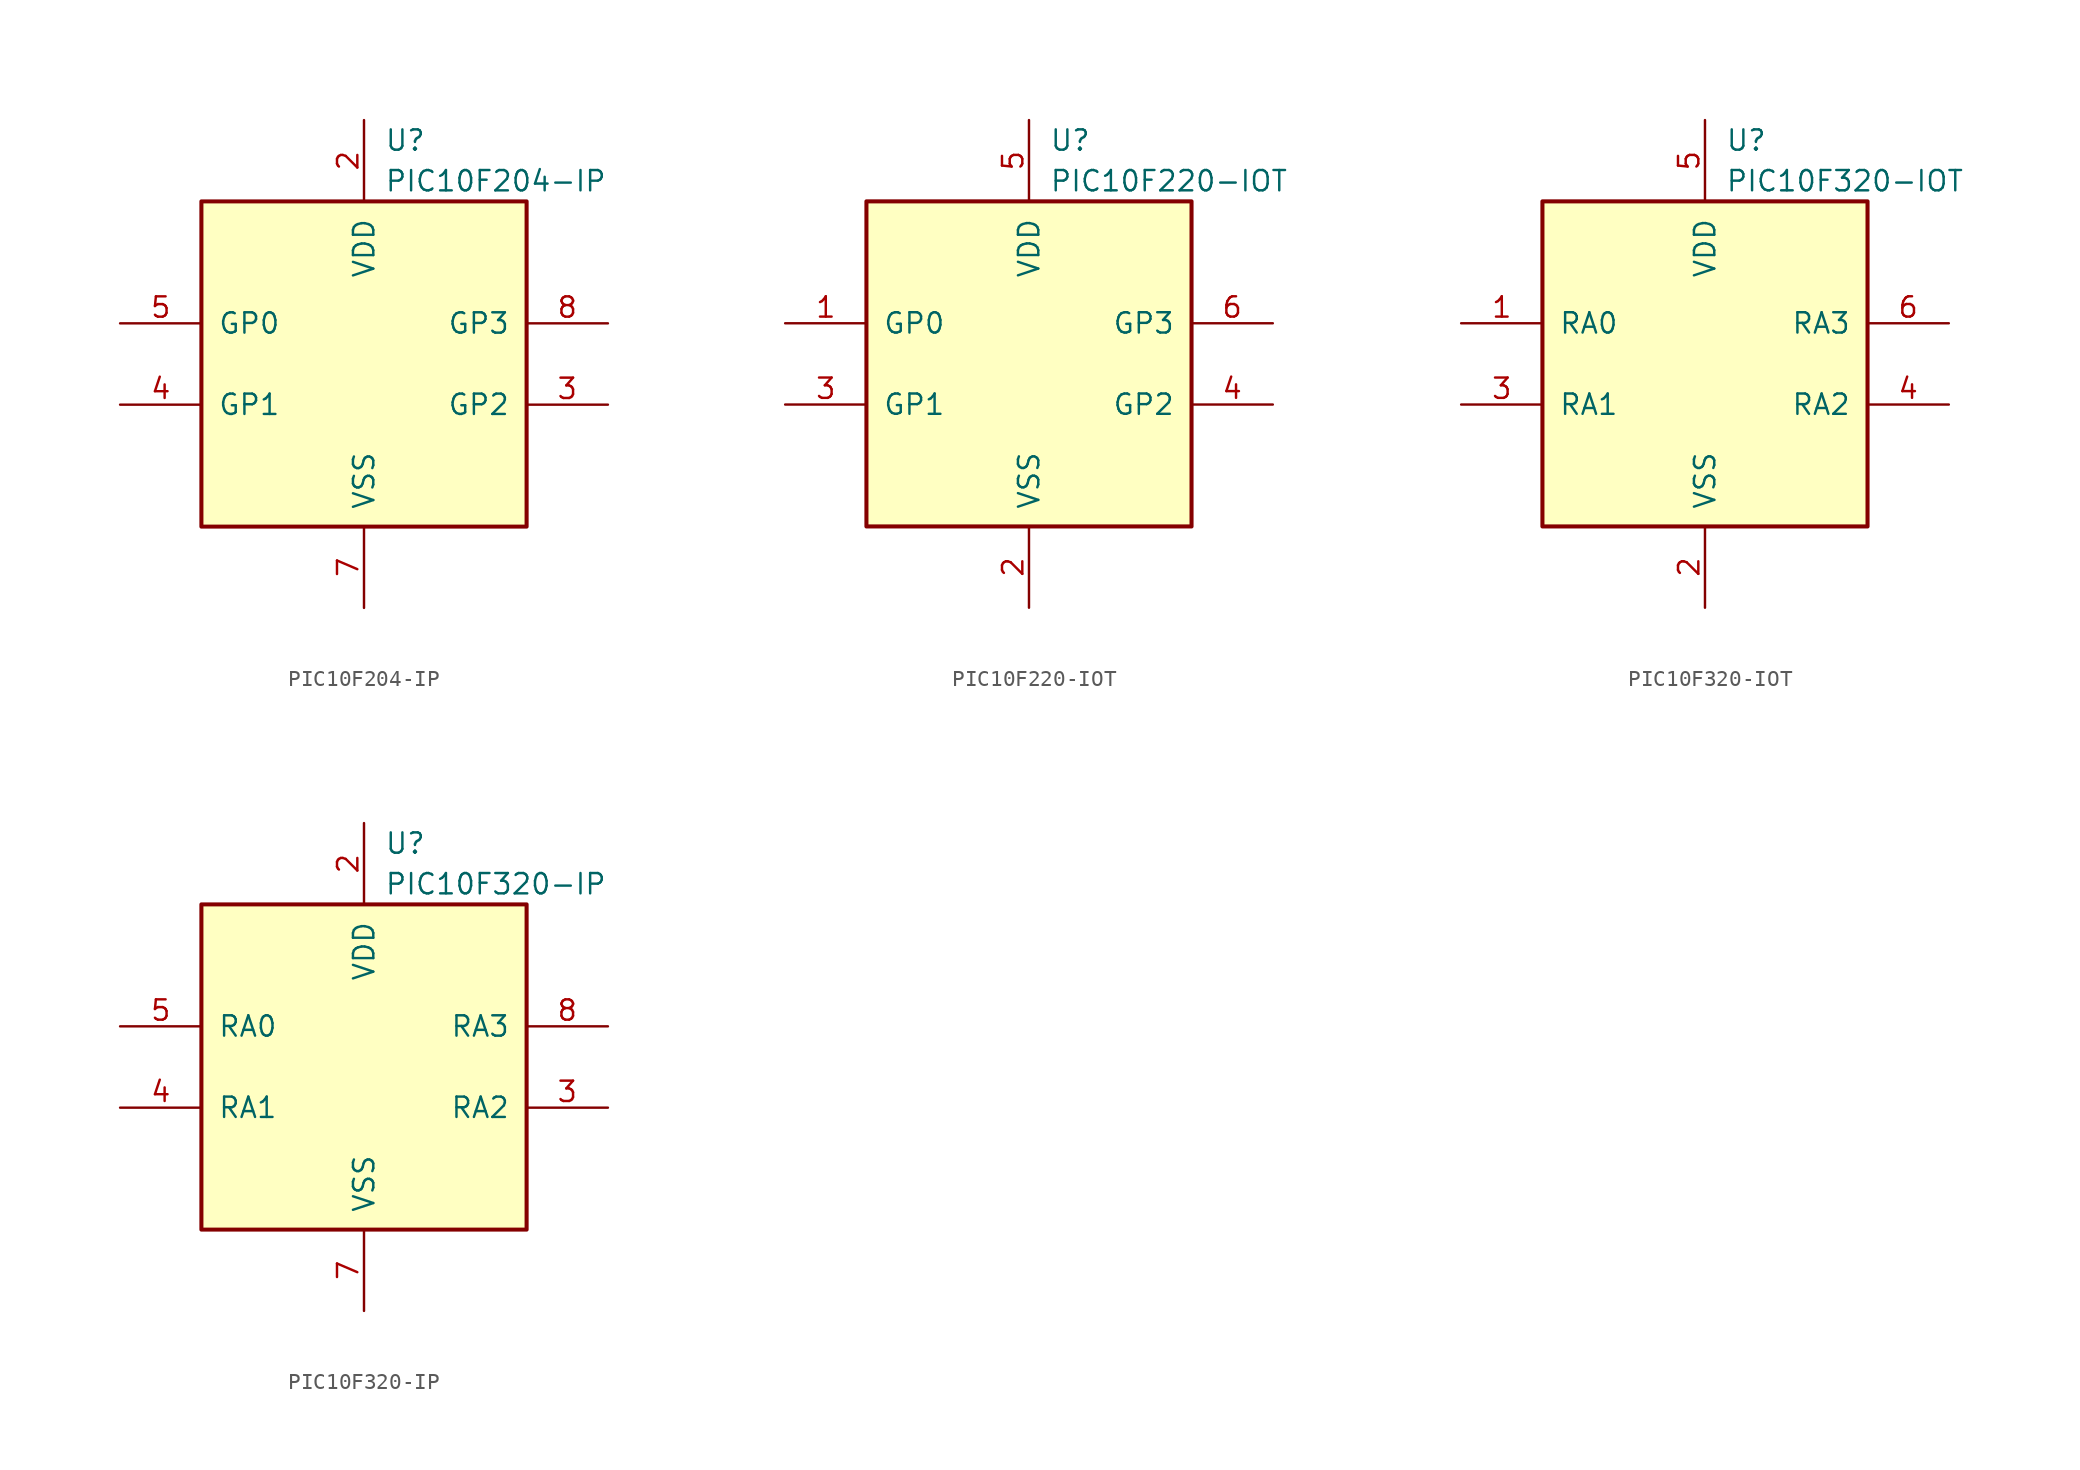
<source format=kicad_sym>
(kicad_symbol_lib
  (version 20211014)
  (generator kicad_symbol_editor)
  (symbol "PIC10F204-IP"
    (pin_names
      (offset 1.016))
    (property "Reference" "U"
      (at 1.27 13.97 0)
      (effects (font (size 1.27 1.27)) (justify left)))
    (property "Value" "PIC10F204-IP"
      (at 1.27 11.43 0)
      (effects (font (size 1.27 1.27)) (justify left)))
    (symbol "PIC10F204-IP_0_1"
      (rectangle (start -10.16 10.16) (end 10.16 -10.16) (stroke (width 0.254) (type default) (color 0 0 0 0)) (fill (type background))))
    (symbol "PIC10F204-IP_1_1"
      (pin power_in line (at 0 15.24 270) (length 5.08) (name "VDD" (effects (font (size 1.27 1.27)))) (number "2" (effects (font (size 1.27 1.27)))))
      (pin bidirectional line (at 15.24 -2.54 180) (length 5.08) (name "GP2" (effects (font (size 1.27 1.27)))) (number "3" (effects (font (size 1.27 1.27)))))
      (pin bidirectional line (at -15.24 -2.54 0) (length 5.08) (name "GP1" (effects (font (size 1.27 1.27)))) (number "4" (effects (font (size 1.27 1.27)))))
      (pin bidirectional line (at -15.24 2.54 0) (length 5.08) (name "GP0" (effects (font (size 1.27 1.27)))) (number "5" (effects (font (size 1.27 1.27)))))
      (pin power_in line (at 0 -15.24 90) (length 5.08) (name "VSS" (effects (font (size 1.27 1.27)))) (number "7" (effects (font (size 1.27 1.27)))))
      (pin input line (at 15.24 2.54 180) (length 5.08) (name "GP3" (effects (font (size 1.27 1.27)))) (number "8" (effects (font (size 1.27 1.27)))))))
  (symbol "PIC10F220-IOT"
    (pin_names
      (offset 1.016))
    (property "Reference" "U"
      (at 1.27 13.97 0)
      (effects (font (size 1.27 1.27)) (justify left)))
    (property "Value" "PIC10F220-IOT"
      (at 1.27 11.43 0)
      (effects (font (size 1.27 1.27)) (justify left)))
    (symbol "PIC10F220-IOT_0_1"
      (rectangle (start -10.16 10.16) (end 10.16 -10.16) (stroke (width 0.254) (type default) (color 0 0 0 0)) (fill (type background))))
    (symbol "PIC10F220-IOT_1_1"
      (pin bidirectional line (at -15.24 2.54 0) (length 5.08) (name "GP0" (effects (font (size 1.27 1.27)))) (number "1" (effects (font (size 1.27 1.27)))))
      (pin power_in line (at 0 -15.24 90) (length 5.08) (name "VSS" (effects (font (size 1.27 1.27)))) (number "2" (effects (font (size 1.27 1.27)))))
      (pin bidirectional line (at -15.24 -2.54 0) (length 5.08) (name "GP1" (effects (font (size 1.27 1.27)))) (number "3" (effects (font (size 1.27 1.27)))))
      (pin bidirectional line (at 15.24 -2.54 180) (length 5.08) (name "GP2" (effects (font (size 1.27 1.27)))) (number "4" (effects (font (size 1.27 1.27)))))
      (pin power_in line (at 0 15.24 270) (length 5.08) (name "VDD" (effects (font (size 1.27 1.27)))) (number "5" (effects (font (size 1.27 1.27)))))
      (pin input line (at 15.24 2.54 180) (length 5.08) (name "GP3" (effects (font (size 1.27 1.27)))) (number "6" (effects (font (size 1.27 1.27)))))))
  (symbol "PIC10F320-IOT"
    (pin_names
      (offset 1.016))
    (property "Reference" "U"
      (at 1.27 13.97 0)
      (effects (font (size 1.27 1.27)) (justify left)))
    (property "Value" "PIC10F320-IOT"
      (at 1.27 11.43 0)
      (effects (font (size 1.27 1.27)) (justify left)))
    (symbol "PIC10F320-IOT_0_1"
      (rectangle (start -10.16 10.16) (end 10.16 -10.16) (stroke (width 0.254) (type default) (color 0 0 0 0)) (fill (type background))))
    (symbol "PIC10F320-IOT_1_1"
      (pin bidirectional line (at -15.24 2.54 0) (length 5.08) (name "RA0" (effects (font (size 1.27 1.27)))) (number "1" (effects (font (size 1.27 1.27)))))
      (pin power_in line (at 0 -15.24 90) (length 5.08) (name "VSS" (effects (font (size 1.27 1.27)))) (number "2" (effects (font (size 1.27 1.27)))))
      (pin bidirectional line (at -15.24 -2.54 0) (length 5.08) (name "RA1" (effects (font (size 1.27 1.27)))) (number "3" (effects (font (size 1.27 1.27)))))
      (pin bidirectional line (at 15.24 -2.54 180) (length 5.08) (name "RA2" (effects (font (size 1.27 1.27)))) (number "4" (effects (font (size 1.27 1.27)))))
      (pin power_in line (at 0 15.24 270) (length 5.08) (name "VDD" (effects (font (size 1.27 1.27)))) (number "5" (effects (font (size 1.27 1.27)))))
      (pin input line (at 15.24 2.54 180) (length 5.08) (name "RA3" (effects (font (size 1.27 1.27)))) (number "6" (effects (font (size 1.27 1.27)))))))
  (symbol "PIC10F320-IP"
    (pin_names
      (offset 1.016))
    (property "Reference" "U"
      (at 1.27 13.97 0)
      (effects (font (size 1.27 1.27)) (justify left)))
    (property "Value" "PIC10F320-IP"
      (at 1.27 11.43 0)
      (effects (font (size 1.27 1.27)) (justify left)))
    (symbol "PIC10F320-IP_0_1"
      (rectangle (start -10.16 10.16) (end 10.16 -10.16) (stroke (width 0.254) (type default) (color 0 0 0 0)) (fill (type background))))
    (symbol "PIC10F320-IP_1_1"
      (pin power_in line (at 0 15.24 270) (length 5.08) (name "VDD" (effects (font (size 1.27 1.27)))) (number "2" (effects (font (size 1.27 1.27)))))
      (pin bidirectional line (at 15.24 -2.54 180) (length 5.08) (name "RA2" (effects (font (size 1.27 1.27)))) (number "3" (effects (font (size 1.27 1.27)))))
      (pin bidirectional line (at -15.24 -2.54 0) (length 5.08) (name "RA1" (effects (font (size 1.27 1.27)))) (number "4" (effects (font (size 1.27 1.27)))))
      (pin bidirectional line (at -15.24 2.54 0) (length 5.08) (name "RA0" (effects (font (size 1.27 1.27)))) (number "5" (effects (font (size 1.27 1.27)))))
      (pin power_in line (at 0 -15.24 90) (length 5.08) (name "VSS" (effects (font (size 1.27 1.27)))) (number "7" (effects (font (size 1.27 1.27)))))
      (pin input line (at 15.24 2.54 180) (length 5.08) (name "RA3" (effects (font (size 1.27 1.27)))) (number "8" (effects (font (size 1.27 1.27))))))))
</source>
